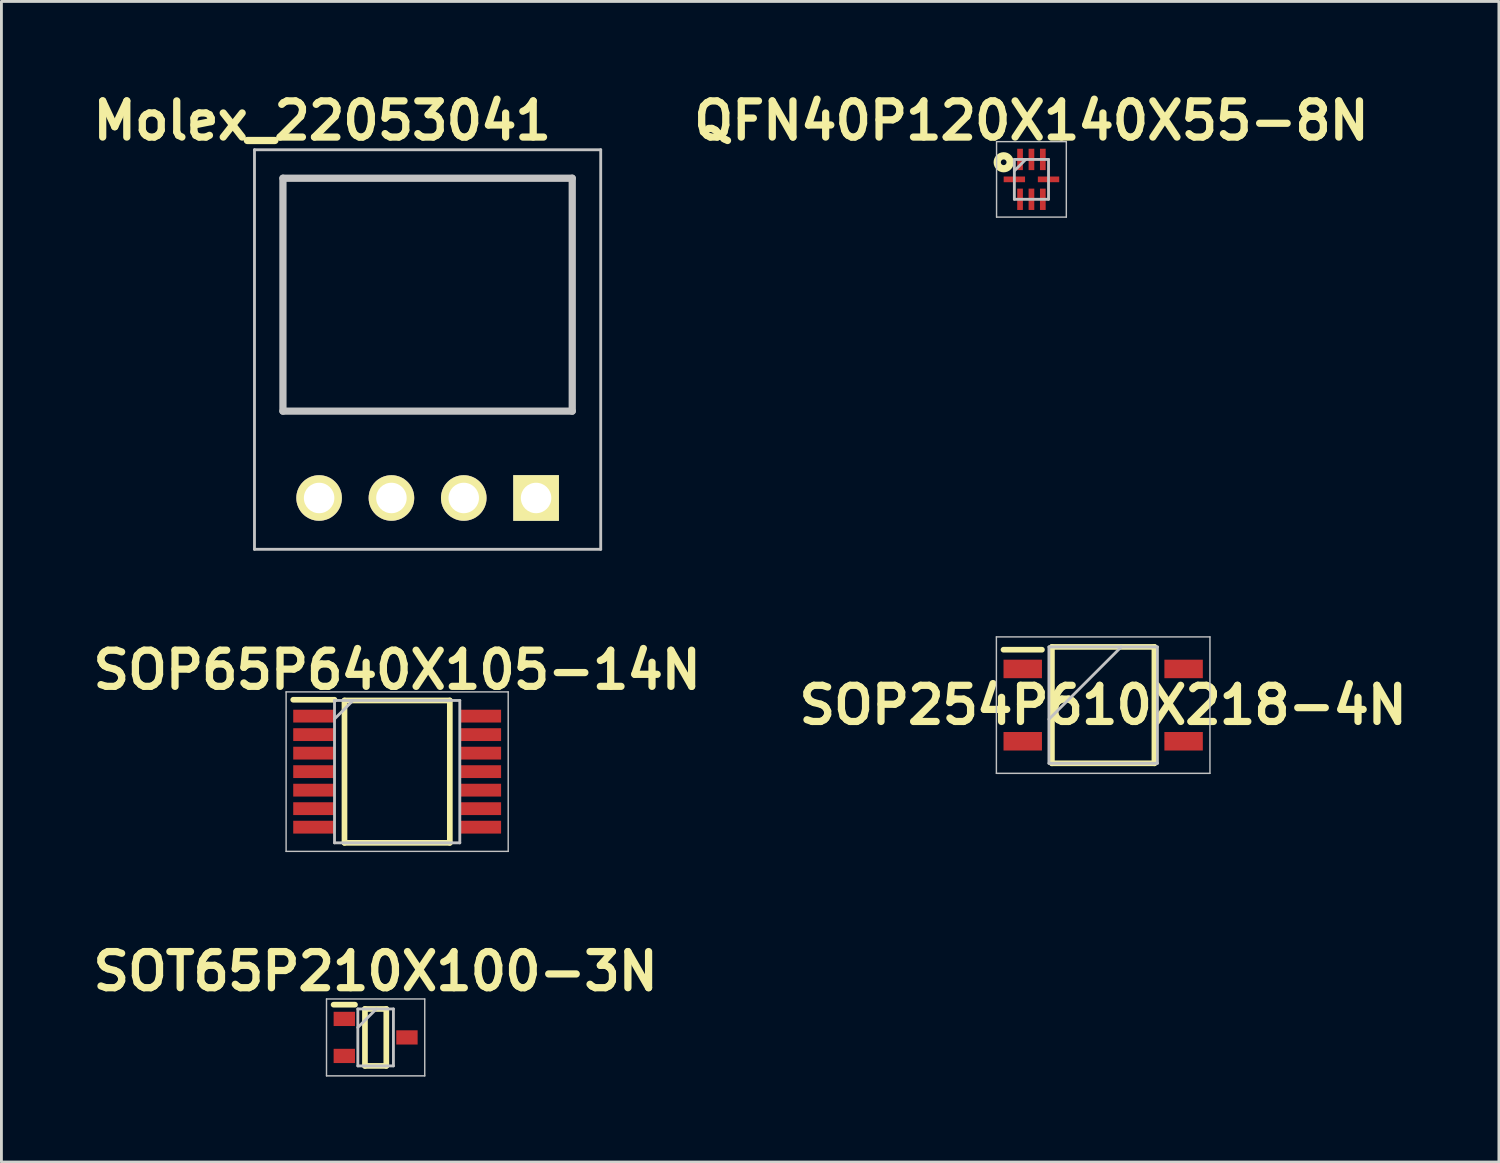
<source format=kicad_pcb>
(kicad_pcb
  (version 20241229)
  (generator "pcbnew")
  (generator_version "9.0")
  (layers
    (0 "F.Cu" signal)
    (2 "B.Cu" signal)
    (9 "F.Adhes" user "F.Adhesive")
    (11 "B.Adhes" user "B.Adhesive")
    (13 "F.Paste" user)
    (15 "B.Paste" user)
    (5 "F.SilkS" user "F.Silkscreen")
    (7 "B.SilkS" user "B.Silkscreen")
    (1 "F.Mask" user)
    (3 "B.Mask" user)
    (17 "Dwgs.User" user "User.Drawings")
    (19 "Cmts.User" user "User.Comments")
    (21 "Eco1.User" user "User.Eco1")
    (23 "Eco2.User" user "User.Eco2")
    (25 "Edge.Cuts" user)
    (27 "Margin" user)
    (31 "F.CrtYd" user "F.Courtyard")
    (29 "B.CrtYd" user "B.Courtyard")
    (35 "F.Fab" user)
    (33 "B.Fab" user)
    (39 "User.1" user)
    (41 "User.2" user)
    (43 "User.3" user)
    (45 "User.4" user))
  (footprint "SOT65P210X100-3N"
    (layer "F.Cu")
    (at 10.142 33.384)
    (property "Reference" "SOT65P210X100-3N" (at 0 -2.32 0) (layer "F.SilkS") (effects (font (size 1.27 1.27) (thickness 0.254))))
    (attr smd)
    (fp_line (start -1.475 -1.15) (end -0.725 -1.15) (stroke (width 0.2) (type solid)) (layer "F.SilkS"))
    (fp_line (start -0.375 -1) (end 0.375 -1) (stroke (width 0.2) (type solid)) (layer "F.SilkS"))
    (fp_line (start -0.375 1) (end -0.375 -1) (stroke (width 0.2) (type solid)) (layer "F.SilkS"))
    (fp_line (start 0.375 -1) (end 0.375 1) (stroke (width 0.2) (type solid)) (layer "F.SilkS"))
    (fp_line (start 0.375 1) (end -0.375 1) (stroke (width 0.2) (type solid)) (layer "F.SilkS"))
    (fp_line (start -1.725 -1.35) (end 1.725 -1.35) (stroke (width 0.05) (type solid)) (layer "Dwgs.User"))
    (fp_line (start -1.725 1.35) (end -1.725 -1.35) (stroke (width 0.05) (type solid)) (layer "Dwgs.User"))
    (fp_line (start -0.625 -1) (end 0.625 -1) (stroke (width 0.1) (type solid)) (layer "Dwgs.User"))
    (fp_line (start -0.625 -0.35) (end 0.025 -1) (stroke (width 0.1) (type solid)) (layer "Dwgs.User"))
    (fp_line (start -0.625 1) (end -0.625 -1) (stroke (width 0.1) (type solid)) (layer "Dwgs.User"))
    (fp_line (start 0.625 -1) (end 0.625 1) (stroke (width 0.1) (type solid)) (layer "Dwgs.User"))
    (fp_line (start 0.625 1) (end -0.625 1) (stroke (width 0.1) (type solid)) (layer "Dwgs.User"))
    (fp_line (start 1.725 -1.35) (end 1.725 1.35) (stroke (width 0.05) (type solid)) (layer "Dwgs.User"))
    (fp_line (start 1.725 1.35) (end -1.725 1.35) (stroke (width 0.05) (type solid)) (layer "Dwgs.User"))
    (pad "1" smd rect (at -1.1 -0.65 90) (size 0.5 0.75) (layers "F.Cu" "F.Mask" "F.Paste"))
    (pad "2" smd rect (at -1.1 0.65 90) (size 0.5 0.75) (layers "F.Cu" "F.Mask" "F.Paste"))
    (pad "3" smd rect (at 1.1 0 90) (size 0.5 0.75) (layers "F.Cu" "F.Mask" "F.Paste")))
  (footprint "SOP65P640X105-14N"
    (layer "F.Cu")
    (at 10.898 24.05)
    (property "Reference" "SOP65P640X105-14N" (at 0 -3.57 0) (layer "F.SilkS") (effects (font (size 1.27 1.27) (thickness 0.254))))
    (attr smd)
    (fp_line (start -3.65 -2.525) (end -2.2 -2.525) (stroke (width 0.2) (type solid)) (layer "F.SilkS"))
    (fp_line (start -1.85 -2.5) (end 1.85 -2.5) (stroke (width 0.2) (type solid)) (layer "F.SilkS"))
    (fp_line (start -1.85 2.5) (end -1.85 -2.5) (stroke (width 0.2) (type solid)) (layer "F.SilkS"))
    (fp_line (start 1.85 -2.5) (end 1.85 2.5) (stroke (width 0.2) (type solid)) (layer "F.SilkS"))
    (fp_line (start 1.85 2.5) (end -1.85 2.5) (stroke (width 0.2) (type solid)) (layer "F.SilkS"))
    (fp_line (start -3.9 -2.8) (end 3.9 -2.8) (stroke (width 0.05) (type solid)) (layer "Dwgs.User"))
    (fp_line (start -3.9 2.8) (end -3.9 -2.8) (stroke (width 0.05) (type solid)) (layer "Dwgs.User"))
    (fp_line (start -2.2 -2.5) (end 2.2 -2.5) (stroke (width 0.1) (type solid)) (layer "Dwgs.User"))
    (fp_line (start -2.2 -1.85) (end -1.55 -2.5) (stroke (width 0.1) (type solid)) (layer "Dwgs.User"))
    (fp_line (start -2.2 2.5) (end -2.2 -2.5) (stroke (width 0.1) (type solid)) (layer "Dwgs.User"))
    (fp_line (start 2.2 -2.5) (end 2.2 2.5) (stroke (width 0.1) (type solid)) (layer "Dwgs.User"))
    (fp_line (start 2.2 2.5) (end -2.2 2.5) (stroke (width 0.1) (type solid)) (layer "Dwgs.User"))
    (fp_line (start 3.9 -2.8) (end 3.9 2.8) (stroke (width 0.05) (type solid)) (layer "Dwgs.User"))
    (fp_line (start 3.9 2.8) (end -3.9 2.8) (stroke (width 0.05) (type solid)) (layer "Dwgs.User"))
    (pad "1" smd rect (at -2.925 -1.95 90) (size 0.45 1.45) (layers "F.Cu" "F.Mask" "F.Paste"))
    (pad "2" smd rect (at -2.925 -1.3 90) (size 0.45 1.45) (layers "F.Cu" "F.Mask" "F.Paste"))
    (pad "3" smd rect (at -2.925 -0.65 90) (size 0.45 1.45) (layers "F.Cu" "F.Mask" "F.Paste"))
    (pad "4" smd rect (at -2.925 0 90) (size 0.45 1.45) (layers "F.Cu" "F.Mask" "F.Paste"))
    (pad "5" smd rect (at -2.925 0.65 90) (size 0.45 1.45) (layers "F.Cu" "F.Mask" "F.Paste"))
    (pad "6" smd rect (at -2.925 1.3 90) (size 0.45 1.45) (layers "F.Cu" "F.Mask" "F.Paste"))
    (pad "7" smd rect (at -2.925 1.95 90) (size 0.45 1.45) (layers "F.Cu" "F.Mask" "F.Paste"))
    (pad "8" smd rect (at 2.925 1.95 90) (size 0.45 1.45) (layers "F.Cu" "F.Mask" "F.Paste"))
    (pad "9" smd rect (at 2.925 1.3 90) (size 0.45 1.45) (layers "F.Cu" "F.Mask" "F.Paste"))
    (pad "10" smd rect (at 2.925 0.65 90) (size 0.45 1.45) (layers "F.Cu" "F.Mask" "F.Paste"))
    (pad "11" smd rect (at 2.925 0 90) (size 0.45 1.45) (layers "F.Cu" "F.Mask" "F.Paste"))
    (pad "12" smd rect (at 2.925 -0.65 90) (size 0.45 1.45) (layers "F.Cu" "F.Mask" "F.Paste"))
    (pad "13" smd rect (at 2.925 -1.3 90) (size 0.45 1.45) (layers "F.Cu" "F.Mask" "F.Paste"))
    (pad "14" smd rect (at 2.925 -1.95 90) (size 0.45 1.45) (layers "F.Cu" "F.Mask" "F.Paste")))
  (footprint "QFN40P120X140X55-8N"
    (layer "F.Cu")
    (at 33.174 3.249)
    (property "Reference" "QFN40P120X140X55-8N" (at 0 -2.06 0) (layer "F.SilkS") (effects (font (size 1.27 1.27) (thickness 0.254))))
    (attr smd)
    (fp_circle (center -0.975 -0.6) (end -0.875 -0.6) (stroke (width 0.254) (type solid)) (fill no) (layer "F.SilkS"))
    (fp_line (start -1.225 -1.325) (end 1.225 -1.325) (stroke (width 0.05) (type solid)) (layer "Dwgs.User"))
    (fp_line (start -1.225 1.325) (end -1.225 -1.325) (stroke (width 0.05) (type solid)) (layer "Dwgs.User"))
    (fp_line (start -0.6 -0.7) (end 0.6 -0.7) (stroke (width 0.1) (type solid)) (layer "Dwgs.User"))
    (fp_line (start -0.6 -0.3) (end -0.2 -0.7) (stroke (width 0.1) (type solid)) (layer "Dwgs.User"))
    (fp_line (start -0.6 0.7) (end -0.6 -0.7) (stroke (width 0.1) (type solid)) (layer "Dwgs.User"))
    (fp_line (start 0.6 -0.7) (end 0.6 0.7) (stroke (width 0.1) (type solid)) (layer "Dwgs.User"))
    (fp_line (start 0.6 0.7) (end -0.6 0.7) (stroke (width 0.1) (type solid)) (layer "Dwgs.User"))
    (fp_line (start 1.225 -1.325) (end 1.225 1.325) (stroke (width 0.05) (type solid)) (layer "Dwgs.User"))
    (fp_line (start 1.225 1.325) (end -1.225 1.325) (stroke (width 0.05) (type solid)) (layer "Dwgs.User"))
    (pad "1" smd rect (at -0.6 0 90) (size 0.2 0.75) (layers "F.Cu" "F.Mask" "F.Paste"))
    (pad "2" smd rect (at -0.4 0.7) (size 0.2 0.75) (layers "F.Cu" "F.Mask" "F.Paste"))
    (pad "3" smd rect (at 0 0.7) (size 0.2 0.75) (layers "F.Cu" "F.Mask" "F.Paste"))
    (pad "4" smd rect (at 0.4 0.7) (size 0.2 0.75) (layers "F.Cu" "F.Mask" "F.Paste"))
    (pad "5" smd rect (at 0.6 0 90) (size 0.2 0.75) (layers "F.Cu" "F.Mask" "F.Paste"))
    (pad "6" smd rect (at 0.4 -0.7) (size 0.2 0.75) (layers "F.Cu" "F.Mask" "F.Paste"))
    (pad "7" smd rect (at 0 -0.7) (size 0.2 0.75) (layers "F.Cu" "F.Mask" "F.Paste"))
    (pad "8" smd rect (at -0.4 -0.7) (size 0.2 0.75) (layers "F.Cu" "F.Mask" "F.Paste")))
  (footprint "Molex_22053041"
    (layer "F.Cu")
    (at 15.777 14.439)
    (property "Reference" "Molex_22053041" (at -7.51 -13.25 0) (layer "F.SilkS") (effects (font (size 1.27 1.27) (thickness 0.254))))
    (attr through_hole)
    (fp_line (start -8.89 -11.23) (end 1.27 -11.23) (stroke (width 0.1) (type solid)) (layer "F.SilkS"))
    (fp_line (start -8.89 -3.05) (end -8.89 -11.23) (stroke (width 0.1) (type solid)) (layer "F.SilkS"))
    (fp_line (start 1.27 -11.23) (end 1.27 -3.05) (stroke (width 0.1) (type solid)) (layer "F.SilkS"))
    (fp_line (start 1.27 -3.05) (end -8.89 -3.05) (stroke (width 0.1) (type solid)) (layer "F.SilkS"))
    (fp_line (start -9.89 -12.23) (end 2.27 -12.23) (stroke (width 0.1) (type solid)) (layer "Dwgs.User"))
    (fp_line (start -9.89 1.803) (end -9.89 -12.23) (stroke (width 0.1) (type solid)) (layer "Dwgs.User"))
    (fp_line (start -8.89 -11.23) (end 1.27 -11.23) (stroke (width 0.254) (type solid)) (layer "Dwgs.User"))
    (fp_line (start -8.89 -3.05) (end -8.89 -11.23) (stroke (width 0.254) (type solid)) (layer "Dwgs.User"))
    (fp_line (start 1.27 -11.23) (end 1.27 -3.05) (stroke (width 0.254) (type solid)) (layer "Dwgs.User"))
    (fp_line (start 1.27 -3.05) (end -8.89 -3.05) (stroke (width 0.254) (type solid)) (layer "Dwgs.User"))
    (fp_line (start 2.27 -12.23) (end 2.27 1.803) (stroke (width 0.1) (type solid)) (layer "Dwgs.User"))
    (fp_line (start 2.27 1.803) (end -9.89 1.803) (stroke (width 0.1) (type solid)) (layer "Dwgs.User"))
    (pad "1" thru_hole rect (at 0 0 90) (size 1.605 1.605) (drill 1.07) (layers "*.Cu" "*.Mask" "F.SilkS"))
    (pad "2" thru_hole circle (at -2.54 0 90) (size 1.6 1.6) (drill 1.07) (layers "*.Cu" "*.Mask" "F.SilkS"))
    (pad "3" thru_hole circle (at -5.08 0 90) (size 1.6 1.6) (drill 1.07) (layers "*.Cu" "*.Mask" "F.SilkS"))
    (pad "4" thru_hole circle (at -7.62 0 90) (size 1.6 1.6) (drill 1.07) (layers "*.Cu" "*.Mask" "F.SilkS")))
  (footprint "SOP254P610X218-4N"
    (layer "F.Cu")
    (at 35.693 21.713)
    (property "Reference" "SOP254P610X218-4N" (at 0 0 0) (layer "F.SilkS") (effects (font (size 1.27 1.27) (thickness 0.254))))
    (attr smd)
    (fp_line (start -3.5 -1.945) (end -2.15 -1.945) (stroke (width 0.2) (type solid)) (layer "F.SilkS"))
    (fp_line (start -1.8 -2.044) (end 1.8 -2.044) (stroke (width 0.2) (type solid)) (layer "F.SilkS"))
    (fp_line (start -1.8 2.044) (end -1.8 -2.044) (stroke (width 0.2) (type solid)) (layer "F.SilkS"))
    (fp_line (start 1.8 -2.044) (end 1.8 2.044) (stroke (width 0.2) (type solid)) (layer "F.SilkS"))
    (fp_line (start 1.8 2.044) (end -1.8 2.044) (stroke (width 0.2) (type solid)) (layer "F.SilkS"))
    (fp_line (start -3.75 -2.396) (end 3.75 -2.396) (stroke (width 0.05) (type solid)) (layer "Dwgs.User"))
    (fp_line (start -3.75 2.396) (end -3.75 -2.396) (stroke (width 0.05) (type solid)) (layer "Dwgs.User"))
    (fp_line (start -1.905 -2.044) (end 1.905 -2.044) (stroke (width 0.1) (type solid)) (layer "Dwgs.User"))
    (fp_line (start -1.905 0.496) (end 0.635 -2.044) (stroke (width 0.1) (type solid)) (layer "Dwgs.User"))
    (fp_line (start -1.905 2.044) (end -1.905 -2.044) (stroke (width 0.1) (type solid)) (layer "Dwgs.User"))
    (fp_line (start 1.905 -2.044) (end 1.905 2.044) (stroke (width 0.1) (type solid)) (layer "Dwgs.User"))
    (fp_line (start 1.905 2.044) (end -1.905 2.044) (stroke (width 0.1) (type solid)) (layer "Dwgs.User"))
    (fp_line (start 3.75 -2.396) (end 3.75 2.396) (stroke (width 0.05) (type solid)) (layer "Dwgs.User"))
    (fp_line (start 3.75 2.396) (end -3.75 2.396) (stroke (width 0.05) (type solid)) (layer "Dwgs.User"))
    (pad "1" smd rect (at -2.825 -1.27 90) (size 0.65 1.35) (layers "F.Cu" "F.Mask" "F.Paste"))
    (pad "2" smd rect (at -2.825 1.27 90) (size 0.65 1.35) (layers "F.Cu" "F.Mask" "F.Paste"))
    (pad "3" smd rect (at 2.825 1.27 90) (size 0.65 1.35) (layers "F.Cu" "F.Mask" "F.Paste"))
    (pad "4" smd rect (at 2.825 -1.27 90) (size 0.65 1.35) (layers "F.Cu" "F.Mask" "F.Paste")))
  (gr_rect
    (start -3 -3)
    (end 49.591 37.759)
    (stroke (width 0.1) (type default))
    (fill no)
    (layer "Edge.Cuts")))
</source>
